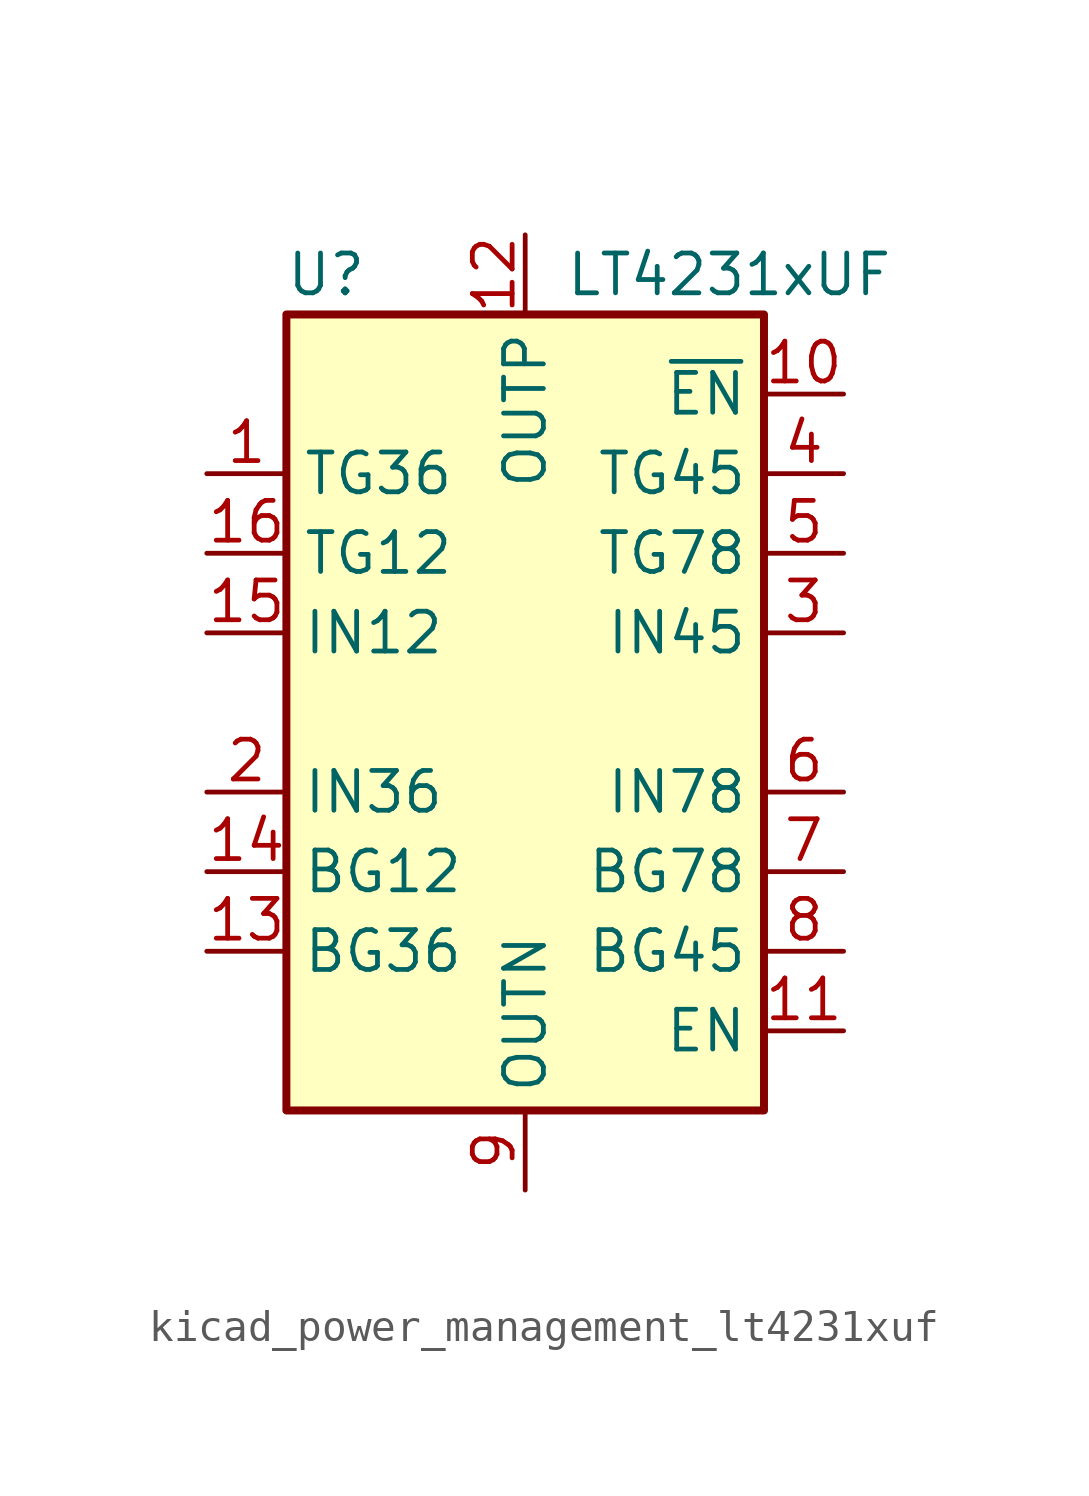
<source format=kicad_sym>
(kicad_symbol_lib
  (version 20220914)
  (generator kicad_symbol_editor)
  (symbol "kicad_power_management_lt4231xuf"
    (property "Reference" "U"
      (at -6.35 13.97 0)
      (effects (font (size 1.27 1.27))))
    (property "Value" "LT4231xUF"
      (at 1.27 13.97 0)
      (effects (font (size 1.27 1.27)) (justify left)))
    (symbol "kicad_power_management_lt4231xuf_0_1"
      (rectangle (start -7.62 12.7) (end 7.62 -12.7) (stroke (width 0.254) (type default)) (fill (type background))))
    (symbol "kicad_power_management_lt4231xuf_1_1"
      (pin output line (at -10.16 7.62 0) (length 2.54) (name "TG36" (effects (font (size 1.27 1.27)))) (number "1" (effects (font (size 1.27 1.27)))))
      (pin output line (at 10.16 10.16 180) (length 2.54) (name "~{EN}" (effects (font (size 1.27 1.27)))) (number "10" (effects (font (size 1.27 1.27)))))
      (pin output line (at 10.16 -10.16 180) (length 2.54) (name "EN" (effects (font (size 1.27 1.27)))) (number "11" (effects (font (size 1.27 1.27)))))
      (pin power_in line (at 0 15.24 270) (length 2.54) (name "OUTP" (effects (font (size 1.27 1.27)))) (number "12" (effects (font (size 1.27 1.27)))))
      (pin output line (at -10.16 -7.62 0) (length 2.54) (name "BG36" (effects (font (size 1.27 1.27)))) (number "13" (effects (font (size 1.27 1.27)))))
      (pin output line (at -10.16 -5.08 0) (length 2.54) (name "BG12" (effects (font (size 1.27 1.27)))) (number "14" (effects (font (size 1.27 1.27)))))
      (pin power_in line (at -10.16 2.54 0) (length 2.54) (name "IN12" (effects (font (size 1.27 1.27)))) (number "15" (effects (font (size 1.27 1.27)))))
      (pin output line (at -10.16 5.08 0) (length 2.54) (name "TG12" (effects (font (size 1.27 1.27)))) (number "16" (effects (font (size 1.27 1.27)))))
      (pin passive line (at 0 -15.24 90) (length 2.54) hide (name "OUTN" (effects (font (size 1.27 1.27)))) (number "17" (effects (font (size 1.27 1.27)))))
      (pin power_in line (at -10.16 -2.54 0) (length 2.54) (name "IN36" (effects (font (size 1.27 1.27)))) (number "2" (effects (font (size 1.27 1.27)))))
      (pin power_in line (at 10.16 2.54 180) (length 2.54) (name "IN45" (effects (font (size 1.27 1.27)))) (number "3" (effects (font (size 1.27 1.27)))))
      (pin output line (at 10.16 7.62 180) (length 2.54) (name "TG45" (effects (font (size 1.27 1.27)))) (number "4" (effects (font (size 1.27 1.27)))))
      (pin output line (at 10.16 5.08 180) (length 2.54) (name "TG78" (effects (font (size 1.27 1.27)))) (number "5" (effects (font (size 1.27 1.27)))))
      (pin power_in line (at 10.16 -2.54 180) (length 2.54) (name "IN78" (effects (font (size 1.27 1.27)))) (number "6" (effects (font (size 1.27 1.27)))))
      (pin output line (at 10.16 -5.08 180) (length 2.54) (name "BG78" (effects (font (size 1.27 1.27)))) (number "7" (effects (font (size 1.27 1.27)))))
      (pin output line (at 10.16 -7.62 180) (length 2.54) (name "BG45" (effects (font (size 1.27 1.27)))) (number "8" (effects (font (size 1.27 1.27)))))
      (pin power_in line (at 0 -15.24 90) (length 2.54) (name "OUTN" (effects (font (size 1.27 1.27)))) (number "9" (effects (font (size 1.27 1.27))))))))
</source>
